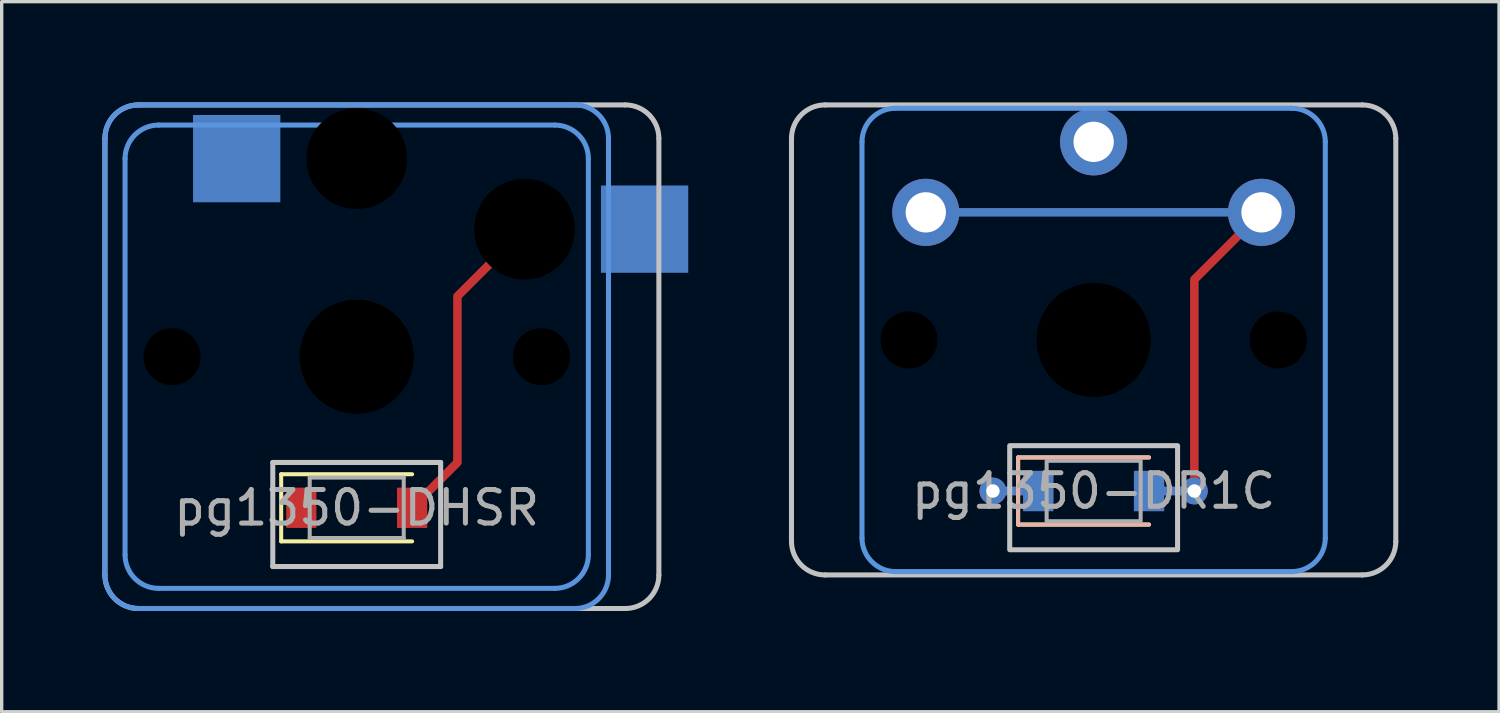
<source format=kicad_pcb>
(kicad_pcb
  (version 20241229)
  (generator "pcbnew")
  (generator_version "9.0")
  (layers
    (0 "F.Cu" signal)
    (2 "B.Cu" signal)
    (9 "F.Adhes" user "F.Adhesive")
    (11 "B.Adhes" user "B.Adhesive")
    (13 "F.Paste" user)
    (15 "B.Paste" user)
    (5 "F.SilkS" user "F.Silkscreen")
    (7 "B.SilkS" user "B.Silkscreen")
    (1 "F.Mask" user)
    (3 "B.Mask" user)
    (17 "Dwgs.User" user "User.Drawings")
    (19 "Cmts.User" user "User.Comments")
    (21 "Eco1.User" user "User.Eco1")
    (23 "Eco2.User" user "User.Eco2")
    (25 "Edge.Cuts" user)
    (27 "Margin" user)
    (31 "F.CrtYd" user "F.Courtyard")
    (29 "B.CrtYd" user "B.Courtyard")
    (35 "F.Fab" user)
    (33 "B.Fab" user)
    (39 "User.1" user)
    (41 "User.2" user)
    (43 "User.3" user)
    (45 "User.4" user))
  (footprint "pg1350-DHSR"
    (layer "F.Cu")
    (at 7.575 12.075)
    (property "Reference" "pg1350-DHSR" (at 0 0 0) (layer "F.Fab") (effects (font (size 1 1) (thickness 0.15))))
    (attr smd)
    (fp_line (start -2.25 -1) (end -2.25 1) (stroke (width 0.12) (type solid)) (layer "F.SilkS"))
    (fp_line (start -2.25 -1) (end 1.65 -1) (stroke (width 0.12) (type solid)) (layer "F.SilkS"))
    (fp_line (start -2.25 1) (end 1.65 1) (stroke (width 0.12) (type solid)) (layer "F.SilkS"))
    (fp_line (start -7.5 2) (end -7.5 -11) (stroke (width 0.15) (type solid)) (layer "Dwgs.User"))
    (fp_line (start -6.5 -12) (end 8 -12) (stroke (width 0.15) (type solid)) (layer "Dwgs.User"))
    (fp_line (start -2.5 -1.35) (end -2.5 1.75) (stroke (width 0.15) (type solid)) (layer "Dwgs.User"))
    (fp_line (start -2.5 1.75) (end 2.5 1.75) (stroke (width 0.15) (type solid)) (layer "Dwgs.User"))
    (fp_line (start 2.5 -1.35) (end -2.5 -1.35) (stroke (width 0.15) (type solid)) (layer "Dwgs.User"))
    (fp_line (start 2.5 1.75) (end 2.5 -1.35) (stroke (width 0.15) (type solid)) (layer "Dwgs.User"))
    (fp_line (start 8 3) (end -6.5 3) (stroke (width 0.15) (type solid)) (layer "Dwgs.User"))
    (fp_line (start 9 -11) (end 9 2) (stroke (width 0.15) (type solid)) (layer "Dwgs.User"))
    (fp_arc (start -7.5 -11) (mid -7.207107 -11.707107) (end -6.5 -12) (stroke (width 0.15) (type solid)) (layer "Dwgs.User"))
    (fp_arc (start -6.5 3) (mid -7.207107 2.707107) (end -7.5 2) (stroke (width 0.15) (type solid)) (layer "Dwgs.User"))
    (fp_arc (start 8 -12) (mid 8.707107 -11.707107) (end 9 -11) (stroke (width 0.15) (type solid)) (layer "Dwgs.User"))
    (fp_arc (start 9 2) (mid 8.707107 2.707107) (end 8 3) (stroke (width 0.15) (type solid)) (layer "Dwgs.User"))
    (fp_line (start -7.5 2) (end -7.5 -11) (stroke (width 0.15) (type solid)) (layer "Cmts.User"))
    (fp_line (start -6.9 1.4) (end -6.9 -10.4) (stroke (width 0.15) (type solid)) (layer "Cmts.User"))
    (fp_line (start -6.5 -12) (end 6.5 -12) (stroke (width 0.15) (type solid)) (layer "Cmts.User"))
    (fp_line (start -5.9 -11.4) (end 5.9 -11.4) (stroke (width 0.15) (type solid)) (layer "Cmts.User"))
    (fp_line (start 5.9 2.4) (end -5.9 2.4) (stroke (width 0.15) (type solid)) (layer "Cmts.User"))
    (fp_line (start 6.5 3) (end -6.5 3) (stroke (width 0.15) (type solid)) (layer "Cmts.User"))
    (fp_line (start 6.9 -10.4) (end 6.9 1.4) (stroke (width 0.15) (type solid)) (layer "Cmts.User"))
    (fp_line (start 7.5 -11) (end 7.5 2) (stroke (width 0.15) (type solid)) (layer "Cmts.User"))
    (fp_arc (start -7.5 -11) (mid -7.207107 -11.707107) (end -6.5 -12) (stroke (width 0.15) (type solid)) (layer "Cmts.User"))
    (fp_arc (start -6.9 -10.4) (mid -6.607107 -11.107107) (end -5.9 -11.4) (stroke (width 0.15) (type solid)) (layer "Cmts.User"))
    (fp_arc (start -6.5 3) (mid -7.207107 2.707107) (end -7.5 2) (stroke (width 0.15) (type solid)) (layer "Cmts.User"))
    (fp_arc (start -5.9 2.4) (mid -6.607107 2.107107) (end -6.9 1.4) (stroke (width 0.15) (type solid)) (layer "Cmts.User"))
    (fp_arc (start 5.9 -11.4) (mid 6.607107 -11.107107) (end 6.9 -10.4) (stroke (width 0.15) (type solid)) (layer "Cmts.User"))
    (fp_arc (start 6.5 -12) (mid 7.207107 -11.707107) (end 7.5 -11) (stroke (width 0.15) (type solid)) (layer "Cmts.User"))
    (fp_arc (start 6.9 1.4) (mid 6.607107 2.107107) (end 5.9 2.4) (stroke (width 0.15) (type solid)) (layer "Cmts.User"))
    (fp_arc (start 7.5 2) (mid 7.207107 2.707107) (end 6.5 3) (stroke (width 0.15) (type solid)) (layer "Cmts.User"))
    (fp_line (start -1.4 -0.9) (end -1.4 0.9) (stroke (width 0.12) (type solid)) (layer "F.Fab"))
    (fp_line (start -1.4 0.9) (end 1.4 0.9) (stroke (width 0.12) (type solid)) (layer "F.Fab"))
    (fp_line (start 1.4 -0.9) (end -1.4 -0.9) (stroke (width 0.12) (type solid)) (layer "F.Fab"))
    (fp_line (start 1.4 0.9) (end 1.4 -0.9) (stroke (width 0.12) (type solid)) (layer "F.Fab"))
    (pad "" np_thru_hole circle (at -5.5 -4.5) (size 1.7 1.7) (drill 1.7) (layers "*.Mask"))
    (pad "" np_thru_hole circle (at 0 -10.4) (size 3 3) (drill 3) (layers "*.Mask"))
    (pad "" np_thru_hole circle (at 0 -4.5) (size 3.4 3.4) (drill 3.4) (layers "*.Mask"))
    (pad "" smd rect (at 1.65 0) (size 0.9 1.2) (layers "F.Cu" "F.Mask" "F.Paste"))
    (pad "" smd custom (at 5 -8.3) (size 0.254 0.254) (layers "F.Cu") (options (anchor circle)) (primitives (gr_line (start 0 0) (end -2 2) (width 0.254)) (gr_line (start -2 2) (end -2 6.95) (width 0.254)) (gr_line (start -2 6.95) (end -3.35 8.3) (width 0.254))))
    (pad "" np_thru_hole circle (at 5 -8.3) (size 3 3) (drill 3) (layers "*.Mask"))
    (pad "" np_thru_hole circle (at 5.5 -4.5) (size 1.7 1.7) (drill 1.7) (layers "*.Mask"))
    (pad "" smd rect (at 8.575 -8.3) (size 2.6 2.6) (layers "B.Cu" "B.Mask"))
    (pad "1" smd rect (at -3.575 -10.4) (size 2.6 2.6) (layers "B.Cu" "B.Mask"))
    (pad "2" smd rect (at -1.65 0) (size 0.9 1.2) (layers "F.Cu" "F.Mask" "F.Paste")))
  (footprint "pg1350-DR1C"
    (layer "F.Cu")
    (at 29.525 11.575)
    (property "Reference" "pg1350-DR1C" (at 0 0 0) (layer "F.Fab") (effects (font (size 1 1) (thickness 0.15))))
    (attr smd)
    (fp_line (start -2.25 -1) (end -2.25 1) (stroke (width 0.12) (type solid)) (layer "F.SilkS"))
    (fp_line (start -2.25 1) (end 1.65 1) (stroke (width 0.12) (type solid)) (layer "F.SilkS"))
    (fp_line (start 1.65 -1) (end -2.25 -1) (stroke (width 0.12) (type solid)) (layer "F.SilkS"))
    (fp_line (start -2.25 -1) (end -2.25 1) (stroke (width 0.12) (type solid)) (layer "B.SilkS"))
    (fp_line (start -2.25 1) (end 1.65 1) (stroke (width 0.12) (type solid)) (layer "B.SilkS"))
    (fp_line (start 1.65 -1) (end -2.25 -1) (stroke (width 0.12) (type solid)) (layer "B.SilkS"))
    (fp_line (start -9 1.5) (end -9 -10.5) (stroke (width 0.15) (type solid)) (layer "Dwgs.User"))
    (fp_line (start -8 -11.5) (end 8 -11.5) (stroke (width 0.15) (type solid)) (layer "Dwgs.User"))
    (fp_line (start 8 2.5) (end -8 2.5) (stroke (width 0.15) (type solid)) (layer "Dwgs.User"))
    (fp_line (start 9 -10.5) (end 9 1.5) (stroke (width 0.15) (type solid)) (layer "Dwgs.User"))
    (fp_rect (start 2.5 1.75) (end -2.5 -1.35) (stroke (width 0.15) (type solid)) (fill no) (layer "Dwgs.User"))
    (fp_arc (start -9 -10.5) (mid -8.707107 -11.207107) (end -8 -11.5) (stroke (width 0.15) (type solid)) (layer "Dwgs.User"))
    (fp_arc (start -8 2.5) (mid -8.707107 2.207107) (end -9 1.5) (stroke (width 0.15) (type solid)) (layer "Dwgs.User"))
    (fp_arc (start 8 -11.5) (mid 8.707107 -11.207107) (end 9 -10.5) (stroke (width 0.15) (type solid)) (layer "Dwgs.User"))
    (fp_arc (start 9 1.5) (mid 8.707107 2.207107) (end 8 2.5) (stroke (width 0.15) (type solid)) (layer "Dwgs.User"))
    (fp_line (start -6.9 1.4) (end -6.9 -10.4) (stroke (width 0.15) (type solid)) (layer "Cmts.User"))
    (fp_line (start -5.9 -11.4) (end 5.9 -11.4) (stroke (width 0.15) (type solid)) (layer "Cmts.User"))
    (fp_line (start 5.9 2.4) (end -5.9 2.4) (stroke (width 0.15) (type solid)) (layer "Cmts.User"))
    (fp_line (start 6.9 -10.4) (end 6.9 1.4) (stroke (width 0.15) (type solid)) (layer "Cmts.User"))
    (fp_arc (start -6.9 -10.4) (mid -6.607107 -11.107107) (end -5.9 -11.4) (stroke (width 0.15) (type solid)) (layer "Cmts.User"))
    (fp_arc (start -5.9 2.4) (mid -6.607107 2.107107) (end -6.9 1.4) (stroke (width 0.15) (type solid)) (layer "Cmts.User"))
    (fp_arc (start 5.9 -11.4) (mid 6.607107 -11.107107) (end 6.9 -10.4) (stroke (width 0.15) (type solid)) (layer "Cmts.User"))
    (fp_arc (start 6.9 1.4) (mid 6.607107 2.107107) (end 5.9 2.4) (stroke (width 0.15) (type solid)) (layer "Cmts.User"))
    (fp_rect (start 1.4 0.9) (end -1.4 -0.9) (stroke (width 0.12) (type solid)) (fill no) (layer "F.Fab"))
    (pad "" np_thru_hole circle (at -5.5 -4.5) (size 1.7 1.7) (drill 1.7) (layers "*.Mask"))
    (pad "" np_thru_hole circle (at 0 -4.5) (size 3.4 3.4) (drill 3.4) (layers "*.Mask"))
    (pad "" np_thru_hole circle (at 5.5 -4.5) (size 1.7 1.7) (drill 1.7) (layers "*.Mask"))
    (pad "1" thru_hole circle (at 0 -10.4) (size 2 2) (drill 1.2) (layers "*.Cu" "*.Mask"))
    (pad "2" smd rect (at -1.65 0) (size 0.9 1.2) (layers "*.Cu" "*.Mask"))
    (pad "3" smd custom (at -5 -8.3) (size 0.254 0.254) (layers "B.Cu") (options (anchor circle)) (primitives (gr_line (start 0 0) (end 10 0) (width 0.254))))
    (pad "3" thru_hole circle (at -5 -8.3) (size 2 2) (drill 1.2) (layers "*.Cu" "F.Mask"))
    (pad "3" thru_hole circle (at -3 0) (size 0.8 0.8) (drill 0.4) (layers "*.Cu"))
    (pad "3" smd oval (at -2.325 0) (size 1.604 0.254) (layers "F.Cu"))
    (pad "3" smd oval (at -2.325 0) (size 1.604 0.254) (layers "B.Cu"))
    (pad "3" smd rect (at 1.65 0) (size 0.9 1.2) (layers "*.Cu" "*.Mask"))
    (pad "3" smd oval (at 2.325 0) (size 1.604 0.254) (layers "F.Cu"))
    (pad "3" smd oval (at 2.325 0) (size 1.604 0.254) (layers "B.Cu"))
    (pad "3" smd custom (at 3 0) (size 0.254 0.254) (layers "F.Cu") (options (anchor circle)) (primitives (gr_line (start 2 -8.3) (end 0 -6.3) (width 0.254)) (gr_line (start 0 -6.3) (end 0 -1.35) (width 0.254)) (gr_line (start 0 -1.35) (end 0 0) (width 0.254))))
    (pad "3" thru_hole circle (at 3 0) (size 0.8 0.8) (drill 0.4) (layers "*.Cu"))
    (pad "3" thru_hole circle (at 5 -8.3) (size 2 2) (drill 1.2) (layers "*.Cu" "B.Mask")))
  (gr_rect
    (start -3 -3)
    (end 41.6 18.15)
    (stroke (width 0.1) (type default))
    (fill no)
    (layer "Edge.Cuts")))
</source>
